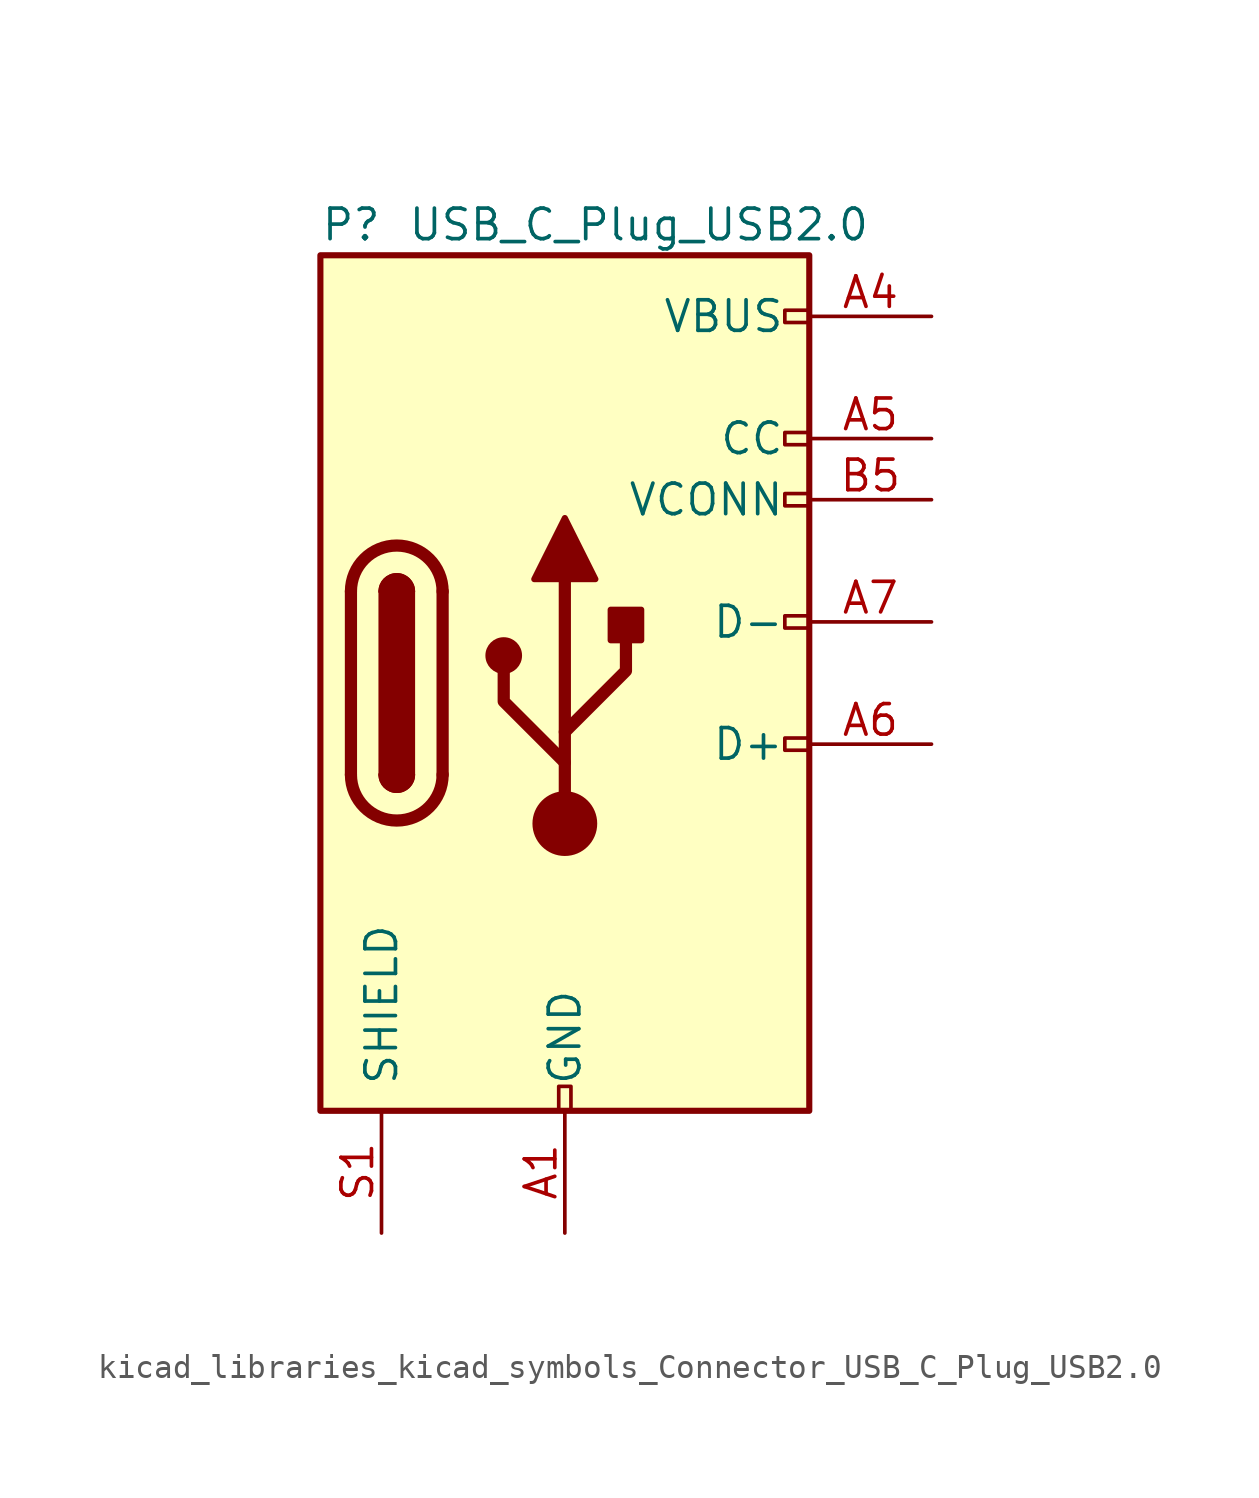
<source format=kicad_sym>
(kicad_symbol_lib
  (version 20220914)
  (generator kicad_symbol_editor)
  (symbol "kicad_libraries_kicad_symbols_Connector_USB_C_Plug_USB2.0"
    (pin_names
      (offset 1.016))
    (property "Reference" "P"
      (at -10.16 19.05 0)
      (effects (font (size 1.27 1.27)) (justify left)))
    (property "Value" "USB_C_Plug_USB2.0"
      (at 12.7 19.05 0)
      (effects (font (size 1.27 1.27)) (justify right)))
    (symbol "kicad_libraries_kicad_symbols_Connector_USB_C_Plug_USB2.0_0_0"
      (rectangle (start -0.254 -17.78) (end 0.254 -16.764) (stroke (width 0) (type default)) (fill (type none)))
      (rectangle (start 10.16 -2.286) (end 9.144 -2.794) (stroke (width 0) (type default)) (fill (type none)))
      (rectangle (start 10.16 2.794) (end 9.144 2.286) (stroke (width 0) (type default)) (fill (type none)))
      (rectangle (start 10.16 7.874) (end 9.144 7.366) (stroke (width 0) (type default)) (fill (type none)))
      (rectangle (start 10.16 10.414) (end 9.144 9.906) (stroke (width 0) (type default)) (fill (type none)))
      (rectangle (start 10.16 15.494) (end 9.144 14.986) (stroke (width 0) (type default)) (fill (type none))))
    (symbol "kicad_libraries_kicad_symbols_Connector_USB_C_Plug_USB2.0_0_1"
      (rectangle (start -10.16 17.78) (end 10.16 -17.78) (stroke (width 0.254) (type default)) (fill (type background)))
      (arc (start -8.89 -3.81) (mid -6.985 -5.7067) (end -5.08 -3.81) (stroke (width 0.508) (type default)) (fill (type none)))
      (arc (start -7.62 -3.81) (mid -6.985 -4.4423) (end -6.35 -3.81) (stroke (width 0.254) (type default)) (fill (type none)))
      (arc (start -7.62 -3.81) (mid -6.985 -4.4423) (end -6.35 -3.81) (stroke (width 0.254) (type default)) (fill (type outline)))
      (rectangle (start -7.62 -3.81) (end -6.35 3.81) (stroke (width 0.254) (type default)) (fill (type outline)))
      (arc (start -6.35 3.81) (mid -6.985 4.4423) (end -7.62 3.81) (stroke (width 0.254) (type default)) (fill (type none)))
      (arc (start -6.35 3.81) (mid -6.985 4.4423) (end -7.62 3.81) (stroke (width 0.254) (type default)) (fill (type outline)))
      (arc (start -5.08 3.81) (mid -6.985 5.7067) (end -8.89 3.81) (stroke (width 0.508) (type default)) (fill (type none)))
      (circle (center -2.54 1.143) (radius 0.635) (stroke (width 0.254) (type default)) (fill (type outline)))
      (circle (center 0 -5.842) (radius 1.27) (stroke (width 0) (type default)) (fill (type outline)))
      (polyline (pts (xy -8.89 -3.81) (xy -8.89 3.81)) (stroke (width 0.508) (type default)) (fill (type none)))
      (polyline (pts (xy -5.08 3.81) (xy -5.08 -3.81)) (stroke (width 0.508) (type default)) (fill (type none)))
      (polyline (pts (xy 0 -5.842) (xy 0 4.318)) (stroke (width 0.508) (type default)) (fill (type none)))
      (polyline (pts (xy 0 -3.302) (xy -2.54 -0.762) (xy -2.54 0.508)) (stroke (width 0.508) (type default)) (fill (type none)))
      (polyline (pts (xy 0 -2.032) (xy 2.54 0.508) (xy 2.54 1.778)) (stroke (width 0.508) (type default)) (fill (type none)))
      (polyline (pts (xy -1.27 4.318) (xy 0 6.858) (xy 1.27 4.318) (xy -1.27 4.318)) (stroke (width 0.254) (type default)) (fill (type outline)))
      (rectangle (start 1.905 1.778) (end 3.175 3.048) (stroke (width 0.254) (type default)) (fill (type outline))))
    (symbol "kicad_libraries_kicad_symbols_Connector_USB_C_Plug_USB2.0_1_1"
      (pin passive line (at 0 -22.86 90) (length 5.08) (name "GND" (effects (font (size 1.27 1.27)))) (number "A1" (effects (font (size 1.27 1.27)))))
      (pin passive line (at 0 -22.86 90) (length 5.08) hide (name "GND" (effects (font (size 1.27 1.27)))) (number "A12" (effects (font (size 1.27 1.27)))))
      (pin passive line (at 15.24 15.24 180) (length 5.08) (name "VBUS" (effects (font (size 1.27 1.27)))) (number "A4" (effects (font (size 1.27 1.27)))))
      (pin bidirectional line (at 15.24 10.16 180) (length 5.08) (name "CC" (effects (font (size 1.27 1.27)))) (number "A5" (effects (font (size 1.27 1.27)))))
      (pin bidirectional line (at 15.24 -2.54 180) (length 5.08) (name "D+" (effects (font (size 1.27 1.27)))) (number "A6" (effects (font (size 1.27 1.27)))))
      (pin bidirectional line (at 15.24 2.54 180) (length 5.08) (name "D-" (effects (font (size 1.27 1.27)))) (number "A7" (effects (font (size 1.27 1.27)))))
      (pin passive line (at 15.24 15.24 180) (length 5.08) hide (name "VBUS" (effects (font (size 1.27 1.27)))) (number "A9" (effects (font (size 1.27 1.27)))))
      (pin passive line (at 0 -22.86 90) (length 5.08) hide (name "GND" (effects (font (size 1.27 1.27)))) (number "B1" (effects (font (size 1.27 1.27)))))
      (pin passive line (at 0 -22.86 90) (length 5.08) hide (name "GND" (effects (font (size 1.27 1.27)))) (number "B12" (effects (font (size 1.27 1.27)))))
      (pin passive line (at 15.24 15.24 180) (length 5.08) hide (name "VBUS" (effects (font (size 1.27 1.27)))) (number "B4" (effects (font (size 1.27 1.27)))))
      (pin bidirectional line (at 15.24 7.62 180) (length 5.08) (name "VCONN" (effects (font (size 1.27 1.27)))) (number "B5" (effects (font (size 1.27 1.27)))))
      (pin passive line (at 15.24 15.24 180) (length 5.08) hide (name "VBUS" (effects (font (size 1.27 1.27)))) (number "B9" (effects (font (size 1.27 1.27)))))
      (pin passive line (at -7.62 -22.86 90) (length 5.08) (name "SHIELD" (effects (font (size 1.27 1.27)))) (number "S1" (effects (font (size 1.27 1.27))))))))
</source>
